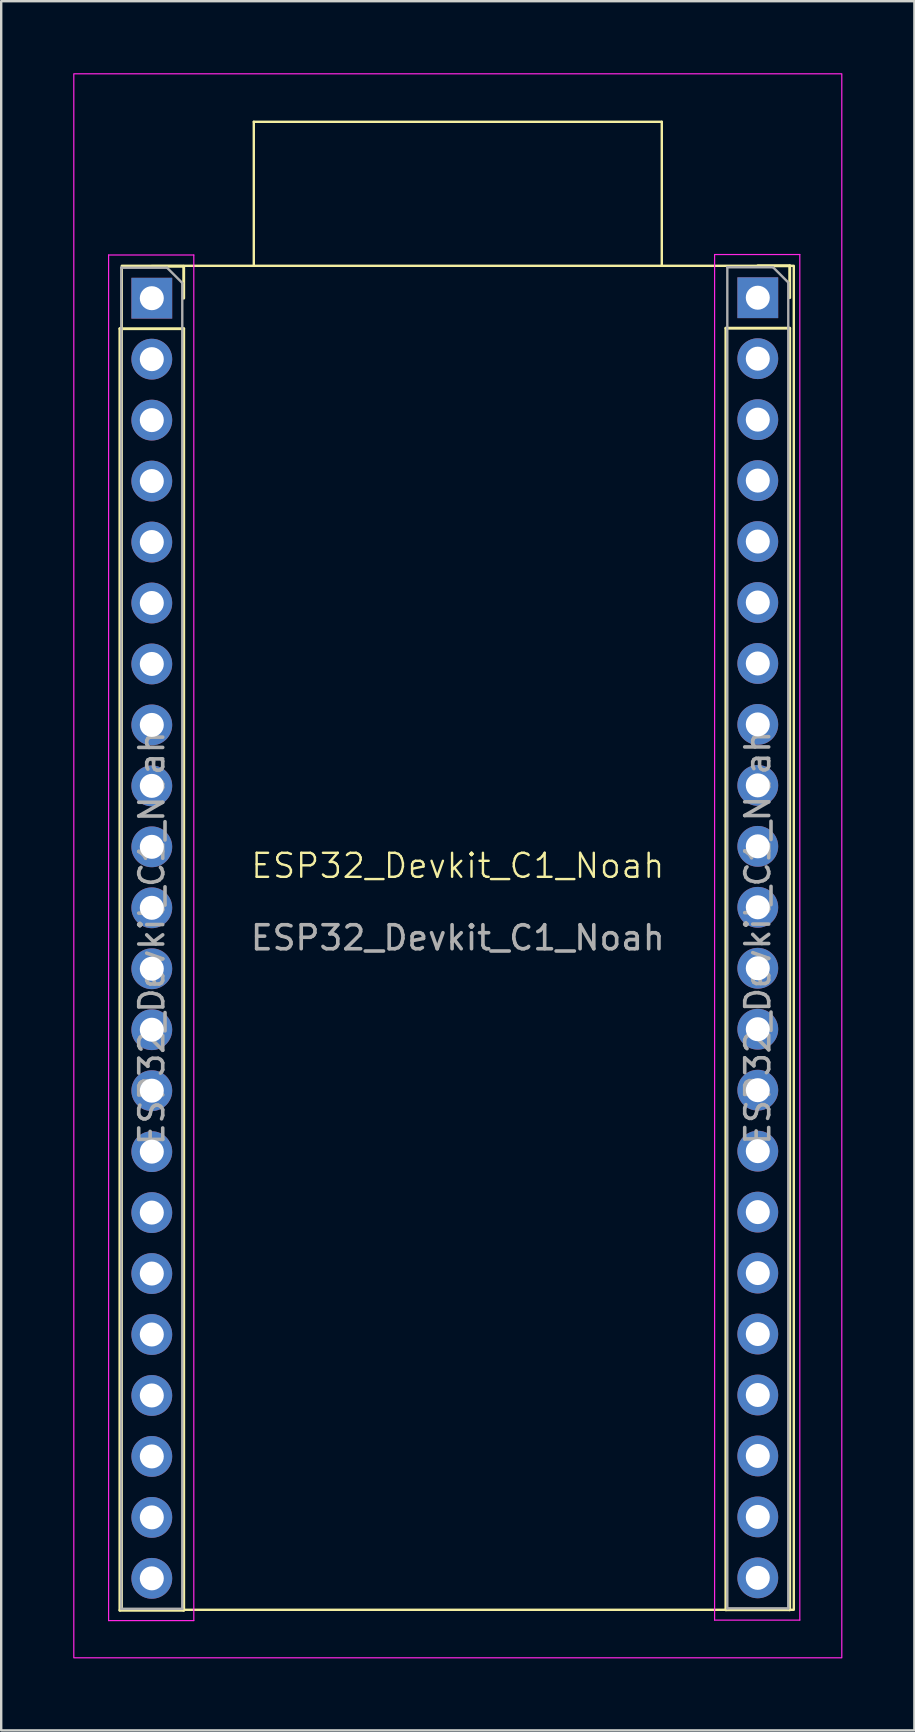
<source format=kicad_pcb>
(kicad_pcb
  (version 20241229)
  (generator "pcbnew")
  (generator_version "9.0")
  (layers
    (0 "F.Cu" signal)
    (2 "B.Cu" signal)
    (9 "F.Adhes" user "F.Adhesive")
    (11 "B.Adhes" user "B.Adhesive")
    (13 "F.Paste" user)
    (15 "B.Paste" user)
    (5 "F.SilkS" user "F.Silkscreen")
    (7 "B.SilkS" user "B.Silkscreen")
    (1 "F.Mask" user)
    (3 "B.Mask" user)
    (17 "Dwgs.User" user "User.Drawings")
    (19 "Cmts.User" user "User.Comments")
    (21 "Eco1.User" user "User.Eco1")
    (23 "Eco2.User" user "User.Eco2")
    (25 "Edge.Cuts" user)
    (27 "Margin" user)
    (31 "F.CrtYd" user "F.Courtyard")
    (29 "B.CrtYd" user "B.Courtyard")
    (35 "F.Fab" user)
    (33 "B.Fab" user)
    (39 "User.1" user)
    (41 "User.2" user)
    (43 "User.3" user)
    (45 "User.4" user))
  (footprint "ESP32_Devkit_C1_Noah"
    (layer "F.Cu")
    (at 16.025 36.025)
    (property "Reference" "ESP32_Devkit_C1_Noah" (at 0 -3 0) (unlocked yes) (layer "F.SilkS") (effects (font (size 1 1) (thickness 0.1))))
    (attr smd)
    (fp_line (start -14.08 -25.38) (end -14.08 28.02) (stroke (width 0.12) (type solid)) (layer "F.SilkS"))
    (fp_line (start -14.08 -25.38) (end -11.42 -25.38) (stroke (width 0.12) (type solid)) (layer "F.SilkS"))
    (fp_line (start -14.08 28.02) (end -11.42 28.02) (stroke (width 0.12) (type solid)) (layer "F.SilkS"))
    (fp_line (start -12.75 -27.98) (end -11.42 -27.98) (stroke (width 0.12) (type solid)) (layer "F.SilkS"))
    (fp_line (start -11.42 -27.98) (end -11.42 -26.65) (stroke (width 0.12) (type solid)) (layer "F.SilkS"))
    (fp_line (start -11.42 -25.38) (end -11.42 28.02) (stroke (width 0.12) (type solid)) (layer "F.SilkS"))
    (fp_line (start -8.5 -34) (end 8.5 -34) (stroke (width 0.1) (type solid)) (layer "F.SilkS"))
    (fp_line (start -8.5 -28) (end -8.5 -34) (stroke (width 0.1) (type default)) (layer "F.SilkS"))
    (fp_line (start 8.5 -34) (end 8.5 -28) (stroke (width 0.1) (type default)) (layer "F.SilkS"))
    (fp_line (start 11.17 -25.4) (end 11.17 28) (stroke (width 0.12) (type solid)) (layer "F.SilkS"))
    (fp_line (start 11.17 -25.4) (end 13.83 -25.4) (stroke (width 0.12) (type solid)) (layer "F.SilkS"))
    (fp_line (start 11.17 28) (end 13.83 28) (stroke (width 0.12) (type solid)) (layer "F.SilkS"))
    (fp_line (start 12.5 -28) (end 13.83 -28) (stroke (width 0.12) (type solid)) (layer "F.SilkS"))
    (fp_line (start 13.83 -28) (end 13.83 -26.67) (stroke (width 0.12) (type solid)) (layer "F.SilkS"))
    (fp_line (start 13.83 -25.4) (end 13.83 28) (stroke (width 0.12) (type solid)) (layer "F.SilkS"))
    (fp_rect (start -14 -28) (end 14 28) (stroke (width 0.1) (type solid)) (fill no) (layer "F.SilkS"))
    (fp_line (start -14.55 -28.45) (end -11 -28.45) (stroke (width 0.05) (type solid)) (layer "F.CrtYd"))
    (fp_line (start -14.55 28.45) (end -14.55 -28.45) (stroke (width 0.05) (type solid)) (layer "F.CrtYd"))
    (fp_line (start -11 -28.45) (end -11 28.45) (stroke (width 0.05) (type solid)) (layer "F.CrtYd"))
    (fp_line (start -11 28.45) (end -14.55 28.45) (stroke (width 0.05) (type solid)) (layer "F.CrtYd"))
    (fp_line (start 10.7 -28.47) (end 14.25 -28.47) (stroke (width 0.05) (type solid)) (layer "F.CrtYd"))
    (fp_line (start 10.7 28.43) (end 10.7 -28.47) (stroke (width 0.05) (type solid)) (layer "F.CrtYd"))
    (fp_line (start 14.25 -28.47) (end 14.25 28.43) (stroke (width 0.05) (type solid)) (layer "F.CrtYd"))
    (fp_line (start 14.25 28.43) (end 10.7 28.43) (stroke (width 0.05) (type solid)) (layer "F.CrtYd"))
    (fp_rect (start -16 -36) (end 16 30) (stroke (width 0.05) (type default)) (fill no) (layer "F.CrtYd"))
    (fp_line (start -14.02 -27.92) (end -12.115 -27.92) (stroke (width 0.1) (type solid)) (layer "F.Fab"))
    (fp_line (start -14.02 27.96) (end -14.02 -27.92) (stroke (width 0.1) (type solid)) (layer "F.Fab"))
    (fp_line (start -12.115 -27.92) (end -11.48 -27.285) (stroke (width 0.1) (type solid)) (layer "F.Fab"))
    (fp_line (start -11.48 -27.285) (end -11.48 27.96) (stroke (width 0.1) (type solid)) (layer "F.Fab"))
    (fp_line (start -11.48 27.96) (end -14.02 27.96) (stroke (width 0.1) (type solid)) (layer "F.Fab"))
    (fp_line (start 11.23 -27.94) (end 13.135 -27.94) (stroke (width 0.1) (type solid)) (layer "F.Fab"))
    (fp_line (start 11.23 27.94) (end 11.23 -27.94) (stroke (width 0.1) (type solid)) (layer "F.Fab"))
    (fp_line (start 13.135 -27.94) (end 13.77 -27.305) (stroke (width 0.1) (type solid)) (layer "F.Fab"))
    (fp_line (start 13.77 -27.305) (end 13.77 27.94) (stroke (width 0.1) (type solid)) (layer "F.Fab"))
    (fp_line (start 13.77 27.94) (end 11.23 27.94) (stroke (width 0.1) (type solid)) (layer "F.Fab"))
    (fp_text user "${REFERENCE}" (at 12.5 0 90) (layer "F.Fab") (effects (font (size 1 1) (thickness 0.15))))
    (fp_text user "${REFERENCE}" (at 0 0 0) (unlocked yes) (layer "F.Fab") (effects (font (size 1 1) (thickness 0.15))))
    (fp_text user "${REFERENCE}" (at -12.75 0.02 90) (layer "F.Fab") (effects (font (size 1 1) (thickness 0.15))))
    (pad "0" thru_hole oval (at 12.5 6.35) (size 1.7 1.7) (drill 1) (layers "*.Cu" "*.Mask"))
    (pad "1" thru_hole oval (at 12.5 -19.05) (size 1.7 1.7) (drill 1) (layers "*.Cu" "*.Mask"))
    (pad "2" thru_hole oval (at 12.5 -16.51) (size 1.7 1.7) (drill 1) (layers "*.Cu" "*.Mask"))
    (pad "3" thru_hole oval (at -12.75 3.83) (size 1.7 1.7) (drill 1) (layers "*.Cu" "*.Mask"))
    (pad "3V3_1" thru_hole rect (at -12.75 -26.65) (size 1.7 1.7) (drill 1) (layers "*.Cu" "*.Mask"))
    (pad "3V3_2" thru_hole oval (at -12.75 -24.11) (size 1.7 1.7) (drill 1) (layers "*.Cu" "*.Mask"))
    (pad "4" thru_hole oval (at -12.75 -19.03) (size 1.7 1.7) (drill 1) (layers "*.Cu" "*.Mask"))
    (pad "5" thru_hole oval (at -12.75 -16.49) (size 1.7 1.7) (drill 1) (layers "*.Cu" "*.Mask"))
    (pad "5V" thru_hole oval (at -12.75 24.15) (size 1.7 1.7) (drill 1) (layers "*.Cu" "*.Mask"))
    (pad "6" thru_hole oval (at -12.75 -13.95) (size 1.7 1.7) (drill 1) (layers "*.Cu" "*.Mask"))
    (pad "7" thru_hole oval (at -12.75 -11.41) (size 1.7 1.7) (drill 1) (layers "*.Cu" "*.Mask"))
    (pad "8" thru_hole oval (at -12.75 1.29) (size 1.7 1.7) (drill 1) (layers "*.Cu" "*.Mask"))
    (pad "9" thru_hole oval (at -12.75 8.91) (size 1.7 1.7) (drill 1) (layers "*.Cu" "*.Mask"))
    (pad "10" thru_hole oval (at -12.75 11.45) (size 1.7 1.7) (drill 1) (layers "*.Cu" "*.Mask"))
    (pad "11" thru_hole oval (at -12.75 13.99) (size 1.7 1.7) (drill 1) (layers "*.Cu" "*.Mask"))
    (pad "12" thru_hole oval (at -12.75 16.53) (size 1.7 1.7) (drill 1) (layers "*.Cu" "*.Mask"))
    (pad "13" thru_hole oval (at -12.75 19.07) (size 1.7 1.7) (drill 1) (layers "*.Cu" "*.Mask"))
    (pad "14" thru_hole oval (at -12.75 21.61) (size 1.7 1.7) (drill 1) (layers "*.Cu" "*.Mask"))
    (pad "15" thru_hole oval (at -12.75 -8.87) (size 1.7 1.7) (drill 1) (layers "*.Cu" "*.Mask"))
    (pad "16" thru_hole oval (at -12.75 -6.33) (size 1.7 1.7) (drill 1) (layers "*.Cu" "*.Mask"))
    (pad "17" thru_hole oval (at -12.75 -3.79) (size 1.7 1.7) (drill 1) (layers "*.Cu" "*.Mask"))
    (pad "18" thru_hole oval (at -12.75 -1.25) (size 1.7 1.7) (drill 1) (layers "*.Cu" "*.Mask"))
    (pad "19" thru_hole oval (at 12.5 21.59) (size 1.7 1.7) (drill 1) (layers "*.Cu" "*.Mask"))
    (pad "20" thru_hole oval (at 12.5 19.05) (size 1.7 1.7) (drill 1) (layers "*.Cu" "*.Mask"))
    (pad "21" thru_hole oval (at 12.5 16.51) (size 1.7 1.7) (drill 1) (layers "*.Cu" "*.Mask"))
    (pad "35" thru_hole oval (at 12.5 3.81) (size 1.7 1.7) (drill 1) (layers "*.Cu" "*.Mask"))
    (pad "36" thru_hole oval (at 12.5 1.27) (size 1.7 1.7) (drill 1) (layers "*.Cu" "*.Mask"))
    (pad "37" thru_hole oval (at 12.5 -1.27) (size 1.7 1.7) (drill 1) (layers "*.Cu" "*.Mask"))
    (pad "38" thru_hole oval (at 12.5 -3.81) (size 1.7 1.7) (drill 1) (layers "*.Cu" "*.Mask"))
    (pad "39" thru_hole oval (at 12.5 -6.35) (size 1.7 1.7) (drill 1) (layers "*.Cu" "*.Mask"))
    (pad "40" thru_hole oval (at 12.5 -8.89) (size 1.7 1.7) (drill 1) (layers "*.Cu" "*.Mask"))
    (pad "41" thru_hole oval (at 12.5 -11.43) (size 1.7 1.7) (drill 1) (layers "*.Cu" "*.Mask"))
    (pad "42" thru_hole oval (at 12.5 -13.97) (size 1.7 1.7) (drill 1) (layers "*.Cu" "*.Mask"))
    (pad "43" thru_hole oval (at 12.5 -24.13) (size 1.7 1.7) (drill 1) (layers "*.Cu" "*.Mask"))
    (pad "44" thru_hole oval (at 12.5 -21.59) (size 1.7 1.7) (drill 1) (layers "*.Cu" "*.Mask"))
    (pad "45" thru_hole oval (at 12.5 8.89) (size 1.7 1.7) (drill 1) (layers "*.Cu" "*.Mask"))
    (pad "46" thru_hole oval (at -12.75 6.37) (size 1.7 1.7) (drill 1) (layers "*.Cu" "*.Mask"))
    (pad "47" thru_hole oval (at 12.5 13.97) (size 1.7 1.7) (drill 1) (layers "*.Cu" "*.Mask"))
    (pad "48" thru_hole oval (at 12.5 11.43) (size 1.7 1.7) (drill 1) (layers "*.Cu" "*.Mask"))
    (pad "GND1" thru_hole oval (at -12.75 26.69) (size 1.7 1.7) (drill 1) (layers "*.Cu" "*.Mask"))
    (pad "GND2" thru_hole rect (at 12.5 -26.67) (size 1.7 1.7) (drill 1) (layers "*.Cu" "*.Mask"))
    (pad "GND3" thru_hole oval (at 12.5 24.13) (size 1.7 1.7) (drill 1) (layers "*.Cu" "*.Mask"))
    (pad "GND4" thru_hole oval (at 12.5 26.67) (size 1.7 1.7) (drill 1) (layers "*.Cu" "*.Mask"))
    (pad "RST" thru_hole oval (at -12.75 -21.57) (size 1.7 1.7) (drill 1) (layers "*.Cu" "*.Mask")))
  (gr_rect
    (start -3 -3)
    (end 35.05 69.05)
    (stroke (width 0.1) (type default))
    (fill no)
    (layer "Edge.Cuts")))
</source>
